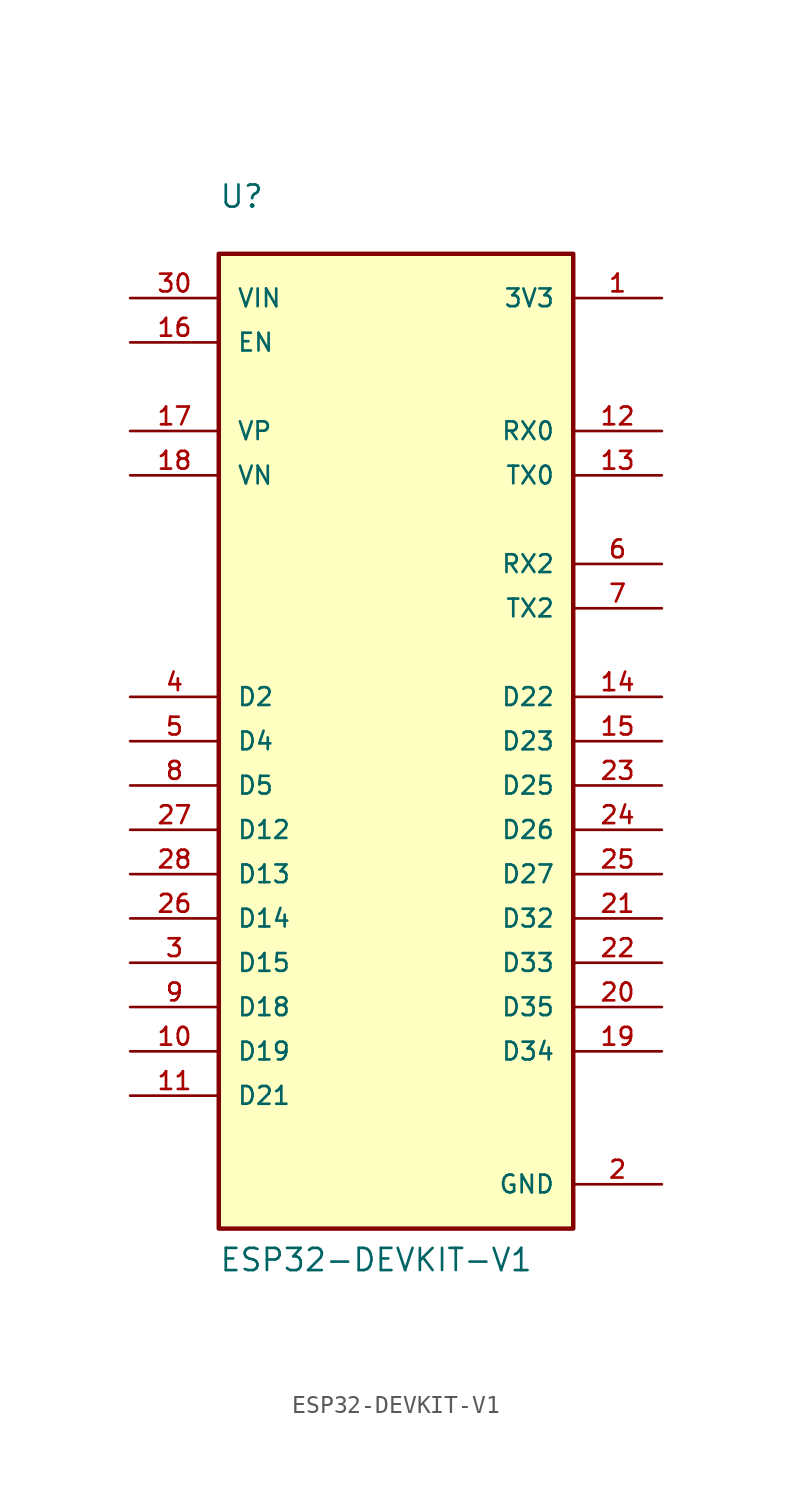
<source format=kicad_sym>
(kicad_symbol_lib
  (version 20211014)
  (generator kicad_symbol_editor)
  (symbol "ESP32-DEVKIT-V1"
    (pin_names
      (offset 1.016))
    (property "Reference" "U"
      (at -10.16 30.48 0)
      (effects (font (size 1.27 1.27)) (justify left bottom)))
    (property "Value" "ESP32-DEVKIT-V1"
      (at -10.16 -30.48 0)
      (effects (font (size 1.27 1.27)) (justify left bottom)))
    (property "ki_locked" ""
      (at 0 0 0)
      (effects (font (size 1.27 1.27))))
    (symbol "ESP32-DEVKIT-V1_0_0"
      (rectangle (start -10.16 -27.94) (end 10.16 27.94) (stroke (width 0.254) (type default) (color 0 0 0 0)) (fill (type background)))
      (pin output line (at 15.24 25.4 180) (length 5.08) (name "3V3" (effects (font (size 1.016 1.016)))) (number "1" (effects (font (size 1.016 1.016)))))
      (pin bidirectional line (at -15.24 -17.78 0) (length 5.08) (name "D19" (effects (font (size 1.016 1.016)))) (number "10" (effects (font (size 1.016 1.016)))))
      (pin bidirectional line (at -15.24 -20.32 0) (length 5.08) (name "D21" (effects (font (size 1.016 1.016)))) (number "11" (effects (font (size 1.016 1.016)))))
      (pin input line (at 15.24 17.78 180) (length 5.08) (name "RX0" (effects (font (size 1.016 1.016)))) (number "12" (effects (font (size 1.016 1.016)))))
      (pin output line (at 15.24 15.24 180) (length 5.08) (name "TX0" (effects (font (size 1.016 1.016)))) (number "13" (effects (font (size 1.016 1.016)))))
      (pin bidirectional line (at 15.24 2.54 180) (length 5.08) (name "D22" (effects (font (size 1.016 1.016)))) (number "14" (effects (font (size 1.016 1.016)))))
      (pin bidirectional line (at 15.24 0 180) (length 5.08) (name "D23" (effects (font (size 1.016 1.016)))) (number "15" (effects (font (size 1.016 1.016)))))
      (pin input line (at -15.24 22.86 0) (length 5.08) (name "EN" (effects (font (size 1.016 1.016)))) (number "16" (effects (font (size 1.016 1.016)))))
      (pin bidirectional line (at -15.24 17.78 0) (length 5.08) (name "VP" (effects (font (size 1.016 1.016)))) (number "17" (effects (font (size 1.016 1.016)))))
      (pin bidirectional line (at -15.24 15.24 0) (length 5.08) (name "VN" (effects (font (size 1.016 1.016)))) (number "18" (effects (font (size 1.016 1.016)))))
      (pin bidirectional line (at 15.24 -17.78 180) (length 5.08) (name "D34" (effects (font (size 1.016 1.016)))) (number "19" (effects (font (size 1.016 1.016)))))
      (pin power_in line (at 15.24 -25.4 180) (length 5.08) (name "GND" (effects (font (size 1.016 1.016)))) (number "2" (effects (font (size 1.016 1.016)))))
      (pin bidirectional line (at 15.24 -15.24 180) (length 5.08) (name "D35" (effects (font (size 1.016 1.016)))) (number "20" (effects (font (size 1.016 1.016)))))
      (pin bidirectional line (at 15.24 -10.16 180) (length 5.08) (name "D32" (effects (font (size 1.016 1.016)))) (number "21" (effects (font (size 1.016 1.016)))))
      (pin bidirectional line (at 15.24 -12.7 180) (length 5.08) (name "D33" (effects (font (size 1.016 1.016)))) (number "22" (effects (font (size 1.016 1.016)))))
      (pin bidirectional line (at 15.24 -2.54 180) (length 5.08) (name "D25" (effects (font (size 1.016 1.016)))) (number "23" (effects (font (size 1.016 1.016)))))
      (pin bidirectional line (at 15.24 -5.08 180) (length 5.08) (name "D26" (effects (font (size 1.016 1.016)))) (number "24" (effects (font (size 1.016 1.016)))))
      (pin bidirectional line (at 15.24 -7.62 180) (length 5.08) (name "D27" (effects (font (size 1.016 1.016)))) (number "25" (effects (font (size 1.016 1.016)))))
      (pin bidirectional line (at -15.24 -10.16 0) (length 5.08) (name "D14" (effects (font (size 1.016 1.016)))) (number "26" (effects (font (size 1.016 1.016)))))
      (pin bidirectional line (at -15.24 -5.08 0) (length 5.08) (name "D12" (effects (font (size 1.016 1.016)))) (number "27" (effects (font (size 1.016 1.016)))))
      (pin bidirectional line (at -15.24 -7.62 0) (length 5.08) (name "D13" (effects (font (size 1.016 1.016)))) (number "28" (effects (font (size 1.016 1.016)))))
      (pin bidirectional line (at -15.24 -12.7 0) (length 5.08) (name "D15" (effects (font (size 1.016 1.016)))) (number "3" (effects (font (size 1.016 1.016)))))
      (pin input line (at -15.24 25.4 0) (length 5.08) (name "VIN" (effects (font (size 1.016 1.016)))) (number "30" (effects (font (size 1.016 1.016)))))
      (pin bidirectional line (at -15.24 2.54 0) (length 5.08) (name "D2" (effects (font (size 1.016 1.016)))) (number "4" (effects (font (size 1.016 1.016)))))
      (pin bidirectional line (at -15.24 0 0) (length 5.08) (name "D4" (effects (font (size 1.016 1.016)))) (number "5" (effects (font (size 1.016 1.016)))))
      (pin input line (at 15.24 10.16 180) (length 5.08) (name "RX2" (effects (font (size 1.016 1.016)))) (number "6" (effects (font (size 1.016 1.016)))))
      (pin output line (at 15.24 7.62 180) (length 5.08) (name "TX2" (effects (font (size 1.016 1.016)))) (number "7" (effects (font (size 1.016 1.016)))))
      (pin bidirectional line (at -15.24 -2.54 0) (length 5.08) (name "D5" (effects (font (size 1.016 1.016)))) (number "8" (effects (font (size 1.016 1.016)))))
      (pin bidirectional line (at -15.24 -15.24 0) (length 5.08) (name "D18" (effects (font (size 1.016 1.016)))) (number "9" (effects (font (size 1.016 1.016))))))))
</source>
